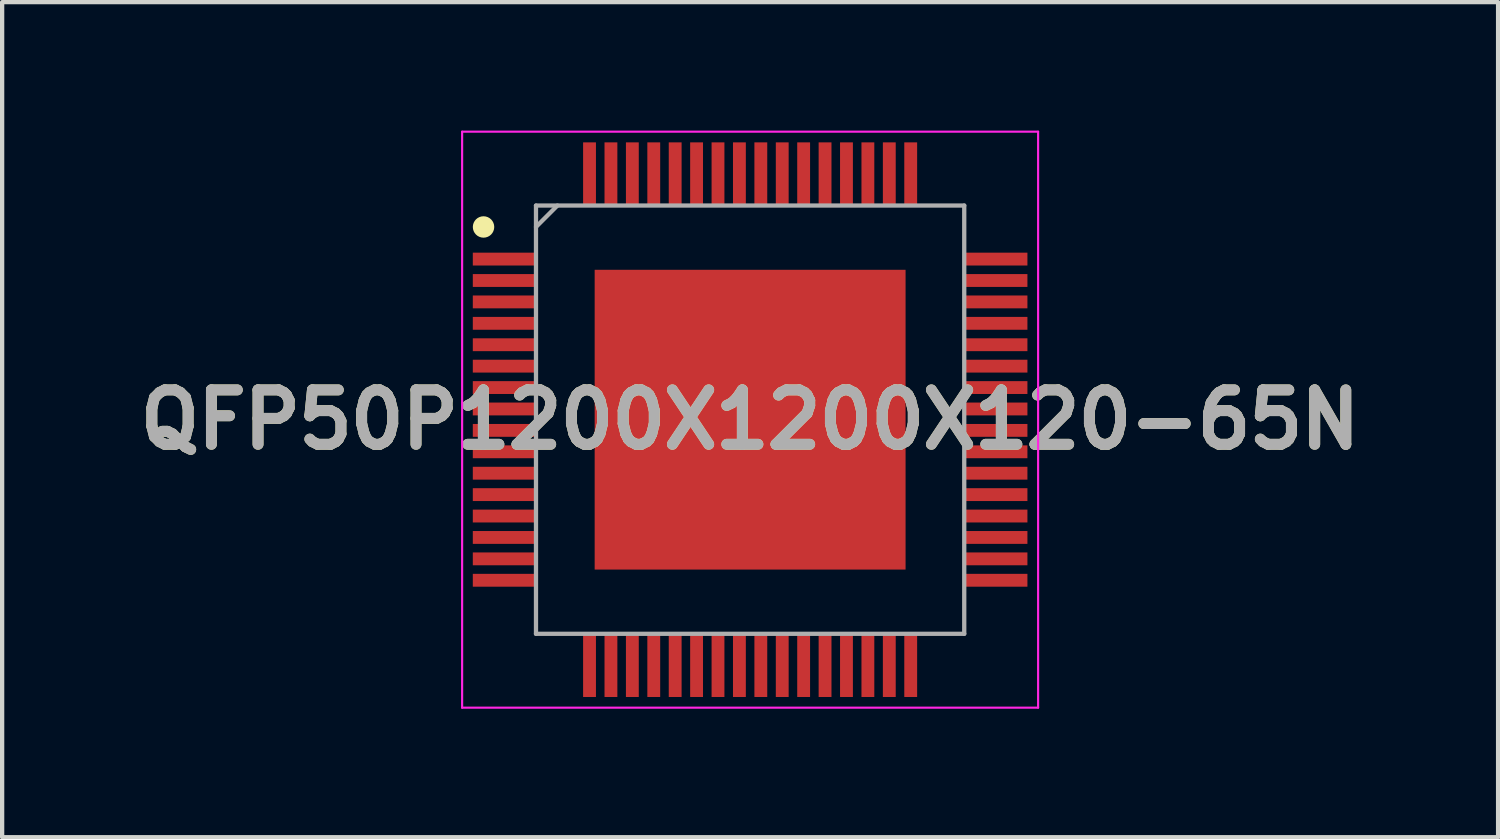
<source format=kicad_pcb>
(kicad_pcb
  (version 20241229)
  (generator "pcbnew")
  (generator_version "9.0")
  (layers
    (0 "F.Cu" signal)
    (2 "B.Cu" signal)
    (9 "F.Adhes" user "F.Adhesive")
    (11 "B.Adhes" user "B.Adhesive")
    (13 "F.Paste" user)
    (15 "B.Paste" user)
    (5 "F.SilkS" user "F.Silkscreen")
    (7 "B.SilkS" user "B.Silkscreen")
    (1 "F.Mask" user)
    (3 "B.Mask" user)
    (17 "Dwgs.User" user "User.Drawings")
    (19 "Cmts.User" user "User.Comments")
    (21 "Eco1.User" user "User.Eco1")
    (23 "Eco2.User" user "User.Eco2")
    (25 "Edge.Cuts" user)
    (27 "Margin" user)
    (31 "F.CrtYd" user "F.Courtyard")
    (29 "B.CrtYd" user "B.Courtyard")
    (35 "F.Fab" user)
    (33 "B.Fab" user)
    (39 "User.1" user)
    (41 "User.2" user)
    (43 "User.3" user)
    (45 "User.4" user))
  (footprint "QFP50P1200X1200X120-65N"
    (layer "F.Cu")
    (at 14.466 6.75)
    (property "Reference" "QFP50P1200X1200X120-65N" (at 0 0 0) (layer "F.SilkS") (effects (font (size 1.27 1.27) (thickness 0.254))))
    (attr smd)
    (fp_circle (center -6.225 -4.5) (end -6.225 -4.375) (stroke (width 0.25) (type solid)) (fill no) (layer "F.SilkS"))
    (fp_line (start -6.725 -6.725) (end 6.725 -6.725) (stroke (width 0.05) (type solid)) (layer "F.CrtYd"))
    (fp_line (start -6.725 6.725) (end -6.725 -6.725) (stroke (width 0.05) (type solid)) (layer "F.CrtYd"))
    (fp_line (start 6.725 -6.725) (end 6.725 6.725) (stroke (width 0.05) (type solid)) (layer "F.CrtYd"))
    (fp_line (start 6.725 6.725) (end -6.725 6.725) (stroke (width 0.05) (type solid)) (layer "F.CrtYd"))
    (fp_line (start -5 -5) (end 5 -5) (stroke (width 0.1) (type solid)) (layer "F.Fab"))
    (fp_line (start -5 -4.5) (end -4.5 -5) (stroke (width 0.1) (type solid)) (layer "F.Fab"))
    (fp_line (start -5 5) (end -5 -5) (stroke (width 0.1) (type solid)) (layer "F.Fab"))
    (fp_line (start 5 -5) (end 5 5) (stroke (width 0.1) (type solid)) (layer "F.Fab"))
    (fp_line (start 5 5) (end -5 5) (stroke (width 0.1) (type solid)) (layer "F.Fab"))
    (fp_text user "${REFERENCE}" (at 0 0 0) (layer "F.Fab") (effects (font (size 1.27 1.27) (thickness 0.254))))
    (pad "1" smd rect (at -5.738 -3.75 90) (size 0.3 1.475) (layers "F.Cu" "F.Mask" "F.Paste"))
    (pad "2" smd rect (at -5.738 -3.25 90) (size 0.3 1.475) (layers "F.Cu" "F.Mask" "F.Paste"))
    (pad "3" smd rect (at -5.738 -2.75 90) (size 0.3 1.475) (layers "F.Cu" "F.Mask" "F.Paste"))
    (pad "4" smd rect (at -5.738 -2.25 90) (size 0.3 1.475) (layers "F.Cu" "F.Mask" "F.Paste"))
    (pad "5" smd rect (at -5.738 -1.75 90) (size 0.3 1.475) (layers "F.Cu" "F.Mask" "F.Paste"))
    (pad "6" smd rect (at -5.738 -1.25 90) (size 0.3 1.475) (layers "F.Cu" "F.Mask" "F.Paste"))
    (pad "7" smd rect (at -5.738 -0.75 90) (size 0.3 1.475) (layers "F.Cu" "F.Mask" "F.Paste"))
    (pad "8" smd rect (at -5.738 -0.25 90) (size 0.3 1.475) (layers "F.Cu" "F.Mask" "F.Paste"))
    (pad "9" smd rect (at -5.738 0.25 90) (size 0.3 1.475) (layers "F.Cu" "F.Mask" "F.Paste"))
    (pad "10" smd rect (at -5.738 0.75 90) (size 0.3 1.475) (layers "F.Cu" "F.Mask" "F.Paste"))
    (pad "11" smd rect (at -5.738 1.25 90) (size 0.3 1.475) (layers "F.Cu" "F.Mask" "F.Paste"))
    (pad "12" smd rect (at -5.738 1.75 90) (size 0.3 1.475) (layers "F.Cu" "F.Mask" "F.Paste"))
    (pad "13" smd rect (at -5.738 2.25 90) (size 0.3 1.475) (layers "F.Cu" "F.Mask" "F.Paste"))
    (pad "14" smd rect (at -5.738 2.75 90) (size 0.3 1.475) (layers "F.Cu" "F.Mask" "F.Paste"))
    (pad "15" smd rect (at -5.738 3.25 90) (size 0.3 1.475) (layers "F.Cu" "F.Mask" "F.Paste"))
    (pad "16" smd rect (at -5.738 3.75 90) (size 0.3 1.475) (layers "F.Cu" "F.Mask" "F.Paste"))
    (pad "17" smd rect (at -3.75 5.738) (size 0.3 1.475) (layers "F.Cu" "F.Mask" "F.Paste"))
    (pad "18" smd rect (at -3.25 5.738) (size 0.3 1.475) (layers "F.Cu" "F.Mask" "F.Paste"))
    (pad "19" smd rect (at -2.75 5.738) (size 0.3 1.475) (layers "F.Cu" "F.Mask" "F.Paste"))
    (pad "20" smd rect (at -2.25 5.738) (size 0.3 1.475) (layers "F.Cu" "F.Mask" "F.Paste"))
    (pad "21" smd rect (at -1.75 5.738) (size 0.3 1.475) (layers "F.Cu" "F.Mask" "F.Paste"))
    (pad "22" smd rect (at -1.25 5.738) (size 0.3 1.475) (layers "F.Cu" "F.Mask" "F.Paste"))
    (pad "23" smd rect (at -0.75 5.738) (size 0.3 1.475) (layers "F.Cu" "F.Mask" "F.Paste"))
    (pad "24" smd rect (at -0.25 5.738) (size 0.3 1.475) (layers "F.Cu" "F.Mask" "F.Paste"))
    (pad "25" smd rect (at 0.25 5.738) (size 0.3 1.475) (layers "F.Cu" "F.Mask" "F.Paste"))
    (pad "26" smd rect (at 0.75 5.738) (size 0.3 1.475) (layers "F.Cu" "F.Mask" "F.Paste"))
    (pad "27" smd rect (at 1.25 5.738) (size 0.3 1.475) (layers "F.Cu" "F.Mask" "F.Paste"))
    (pad "28" smd rect (at 1.75 5.738) (size 0.3 1.475) (layers "F.Cu" "F.Mask" "F.Paste"))
    (pad "29" smd rect (at 2.25 5.738) (size 0.3 1.475) (layers "F.Cu" "F.Mask" "F.Paste"))
    (pad "30" smd rect (at 2.75 5.738) (size 0.3 1.475) (layers "F.Cu" "F.Mask" "F.Paste"))
    (pad "31" smd rect (at 3.25 5.738) (size 0.3 1.475) (layers "F.Cu" "F.Mask" "F.Paste"))
    (pad "32" smd rect (at 3.75 5.738) (size 0.3 1.475) (layers "F.Cu" "F.Mask" "F.Paste"))
    (pad "33" smd rect (at 5.738 3.75 90) (size 0.3 1.475) (layers "F.Cu" "F.Mask" "F.Paste"))
    (pad "34" smd rect (at 5.738 3.25 90) (size 0.3 1.475) (layers "F.Cu" "F.Mask" "F.Paste"))
    (pad "35" smd rect (at 5.738 2.75 90) (size 0.3 1.475) (layers "F.Cu" "F.Mask" "F.Paste"))
    (pad "36" smd rect (at 5.738 2.25 90) (size 0.3 1.475) (layers "F.Cu" "F.Mask" "F.Paste"))
    (pad "37" smd rect (at 5.738 1.75 90) (size 0.3 1.475) (layers "F.Cu" "F.Mask" "F.Paste"))
    (pad "38" smd rect (at 5.738 1.25 90) (size 0.3 1.475) (layers "F.Cu" "F.Mask" "F.Paste"))
    (pad "39" smd rect (at 5.738 0.75 90) (size 0.3 1.475) (layers "F.Cu" "F.Mask" "F.Paste"))
    (pad "40" smd rect (at 5.738 0.25 90) (size 0.3 1.475) (layers "F.Cu" "F.Mask" "F.Paste"))
    (pad "41" smd rect (at 5.738 -0.25 90) (size 0.3 1.475) (layers "F.Cu" "F.Mask" "F.Paste"))
    (pad "42" smd rect (at 5.738 -0.75 90) (size 0.3 1.475) (layers "F.Cu" "F.Mask" "F.Paste"))
    (pad "43" smd rect (at 5.738 -1.25 90) (size 0.3 1.475) (layers "F.Cu" "F.Mask" "F.Paste"))
    (pad "44" smd rect (at 5.738 -1.75 90) (size 0.3 1.475) (layers "F.Cu" "F.Mask" "F.Paste"))
    (pad "45" smd rect (at 5.738 -2.25 90) (size 0.3 1.475) (layers "F.Cu" "F.Mask" "F.Paste"))
    (pad "46" smd rect (at 5.738 -2.75 90) (size 0.3 1.475) (layers "F.Cu" "F.Mask" "F.Paste"))
    (pad "47" smd rect (at 5.738 -3.25 90) (size 0.3 1.475) (layers "F.Cu" "F.Mask" "F.Paste"))
    (pad "48" smd rect (at 5.738 -3.75 90) (size 0.3 1.475) (layers "F.Cu" "F.Mask" "F.Paste"))
    (pad "49" smd rect (at 3.75 -5.738) (size 0.3 1.475) (layers "F.Cu" "F.Mask" "F.Paste"))
    (pad "50" smd rect (at 3.25 -5.738) (size 0.3 1.475) (layers "F.Cu" "F.Mask" "F.Paste"))
    (pad "51" smd rect (at 2.75 -5.738) (size 0.3 1.475) (layers "F.Cu" "F.Mask" "F.Paste"))
    (pad "52" smd rect (at 2.25 -5.738) (size 0.3 1.475) (layers "F.Cu" "F.Mask" "F.Paste"))
    (pad "53" smd rect (at 1.75 -5.738) (size 0.3 1.475) (layers "F.Cu" "F.Mask" "F.Paste"))
    (pad "54" smd rect (at 1.25 -5.738) (size 0.3 1.475) (layers "F.Cu" "F.Mask" "F.Paste"))
    (pad "55" smd rect (at 0.75 -5.738) (size 0.3 1.475) (layers "F.Cu" "F.Mask" "F.Paste"))
    (pad "56" smd rect (at 0.25 -5.738) (size 0.3 1.475) (layers "F.Cu" "F.Mask" "F.Paste"))
    (pad "57" smd rect (at -0.25 -5.738) (size 0.3 1.475) (layers "F.Cu" "F.Mask" "F.Paste"))
    (pad "58" smd rect (at -0.75 -5.738) (size 0.3 1.475) (layers "F.Cu" "F.Mask" "F.Paste"))
    (pad "59" smd rect (at -1.25 -5.738) (size 0.3 1.475) (layers "F.Cu" "F.Mask" "F.Paste"))
    (pad "60" smd rect (at -1.75 -5.738) (size 0.3 1.475) (layers "F.Cu" "F.Mask" "F.Paste"))
    (pad "61" smd rect (at -2.25 -5.738) (size 0.3 1.475) (layers "F.Cu" "F.Mask" "F.Paste"))
    (pad "62" smd rect (at -2.75 -5.738) (size 0.3 1.475) (layers "F.Cu" "F.Mask" "F.Paste"))
    (pad "63" smd rect (at -3.25 -5.738) (size 0.3 1.475) (layers "F.Cu" "F.Mask" "F.Paste"))
    (pad "64" smd rect (at -3.75 -5.738) (size 0.3 1.475) (layers "F.Cu" "F.Mask" "F.Paste"))
    (pad "65" smd rect (at 0 0 90) (size 7 7.26) (layers "F.Cu" "F.Mask" "F.Paste")))
  (gr_rect
    (start -3 -3)
    (end 31.932 16.5)
    (stroke (width 0.1) (type default))
    (fill no)
    (layer "Edge.Cuts")))
</source>
